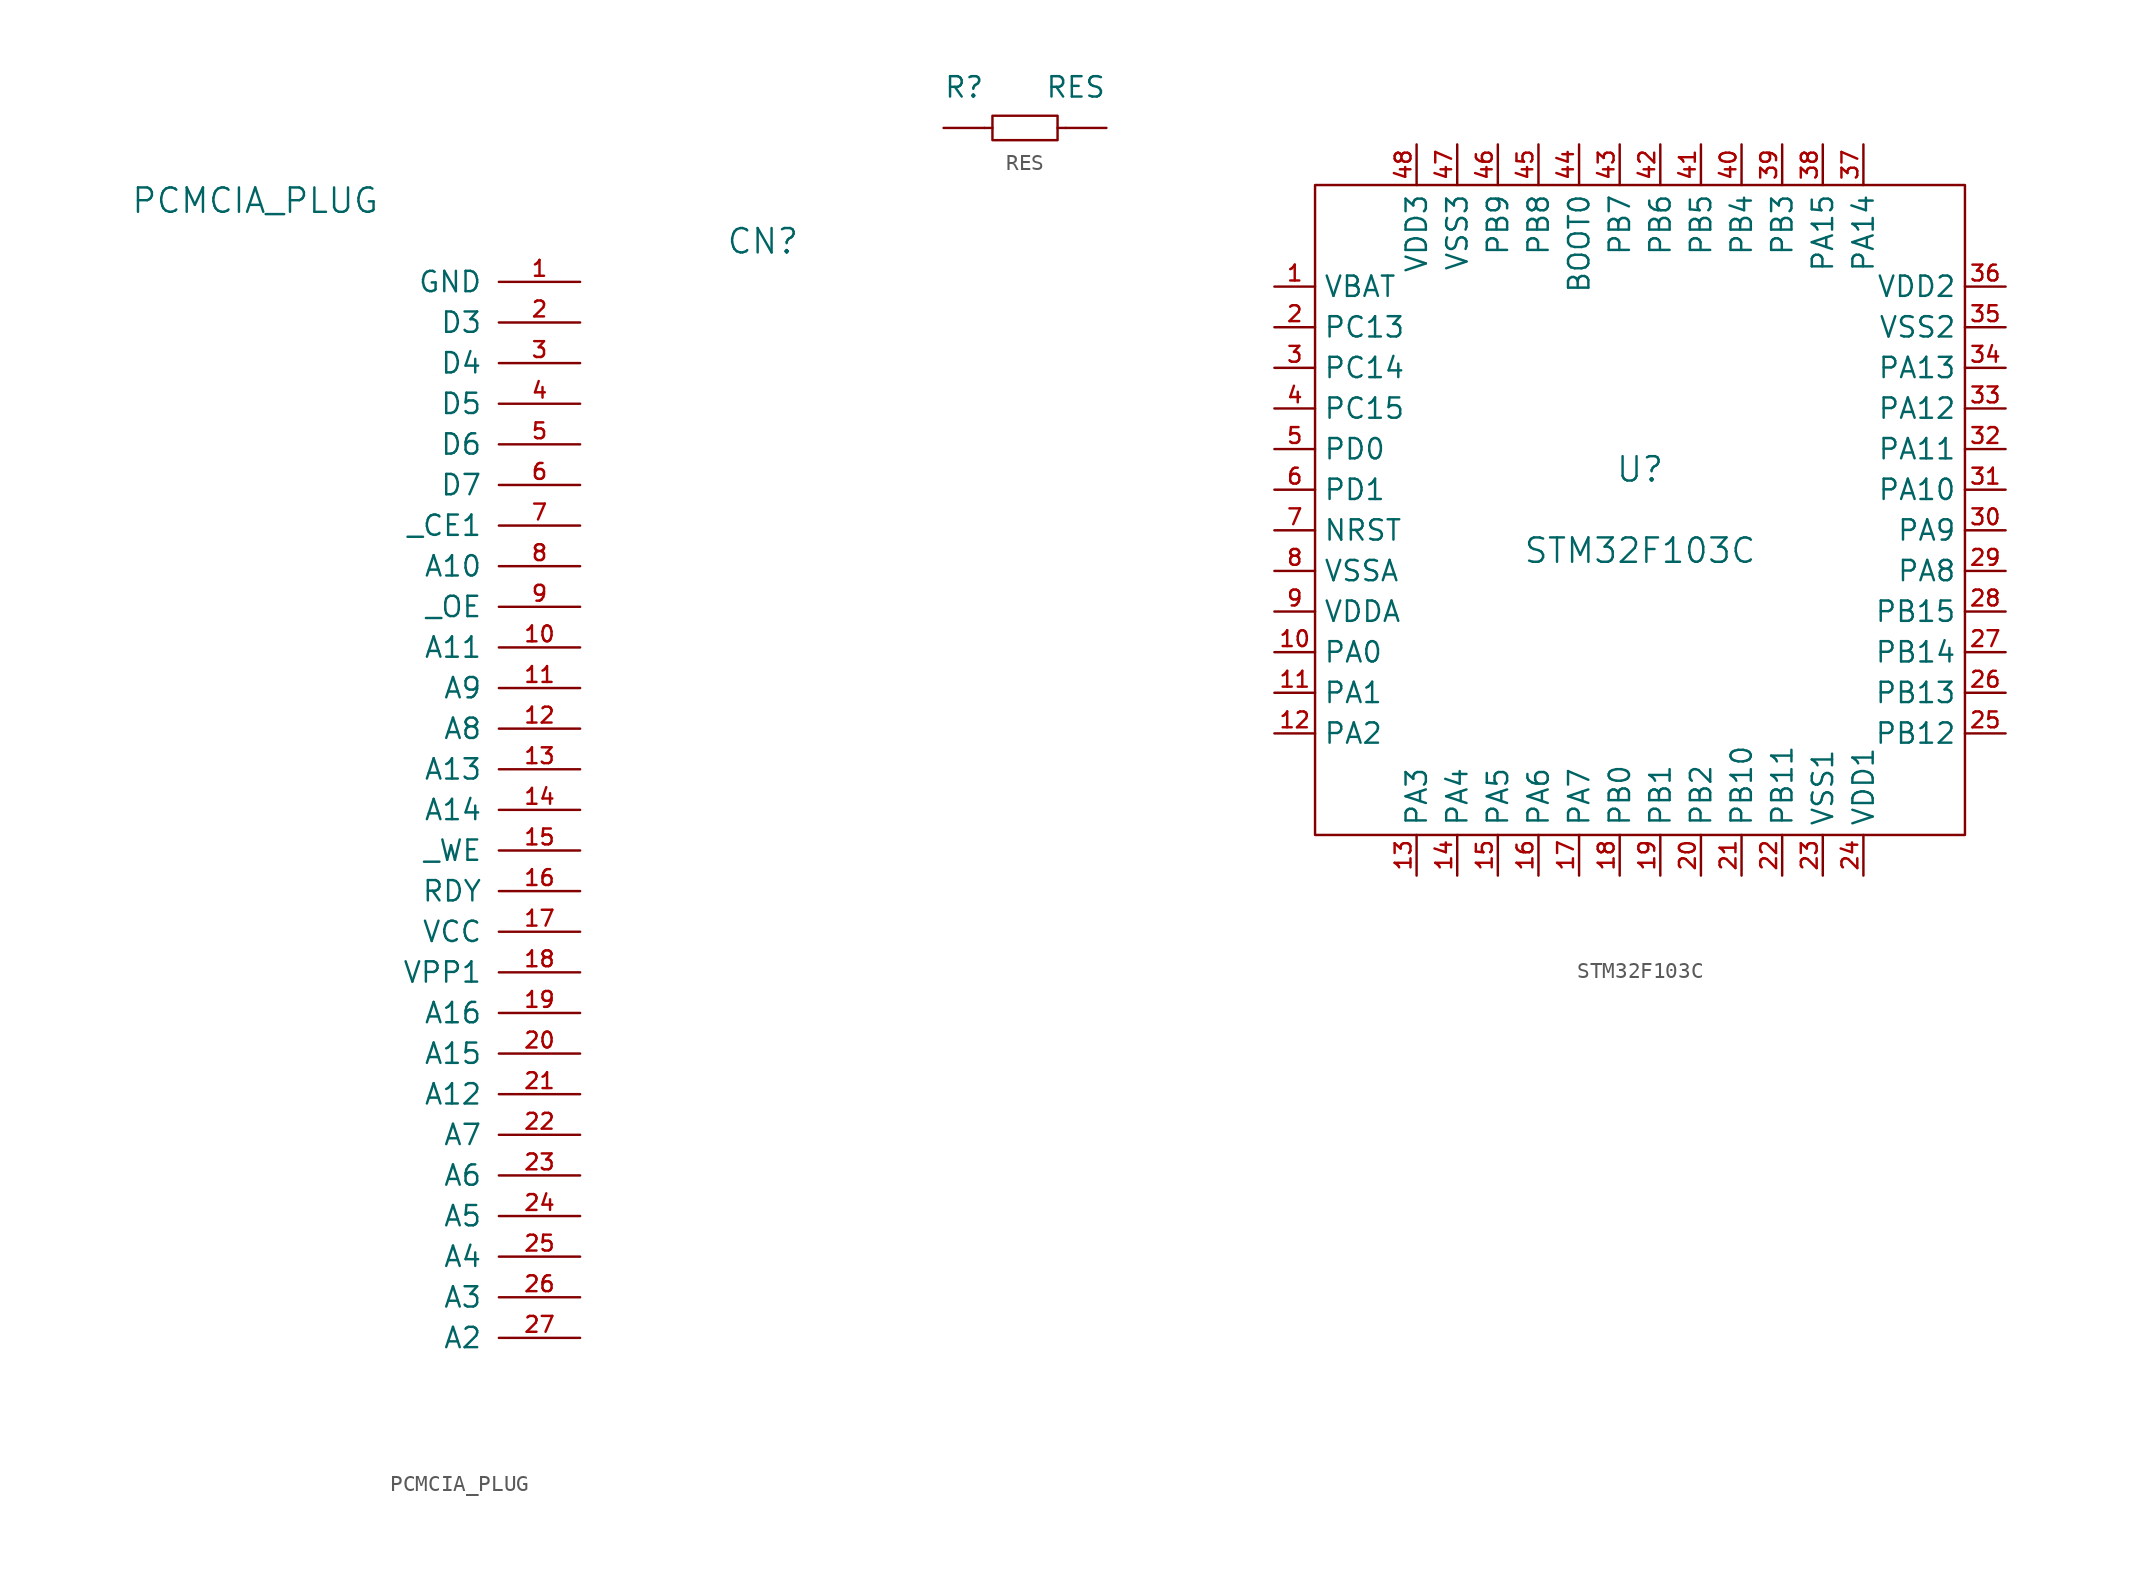
<source format=kicad_sym>
(kicad_symbol_lib
  (version 20211014)
  (generator kicad_symbol_editor)
  (symbol "PCMCIA_PLUG"
    (pin_names
      (offset 1.016))
    (property "Reference" "CN"
      (at 16.51 2.54 0)
      (effects (font (size 1.524 1.524))))
    (property "Value" "PCMCIA_PLUG"
      (at -15.24 5.08 0)
      (effects (font (size 1.524 1.524))))
    (property "Footprint" ""
      (at 0 0 0)
      (effects (font (size 1.524 1.524))))
    (property "Datasheet" ""
      (at 0 0 0)
      (effects (font (size 1.524 1.524))))
    (symbol "PCMCIA_PLUG_1_1"
      (pin passive line (at 5.08 0 180) (length 5.08) (name "GND" (effects (font (size 1.27 1.27)))) (number "1" (effects (font (size 0.991 0.991)))))
      (pin passive line (at 5.08 -22.86 180) (length 5.08) (name "A11" (effects (font (size 1.27 1.27)))) (number "10" (effects (font (size 0.991 0.991)))))
      (pin passive line (at 5.08 -25.4 180) (length 5.08) (name "A9" (effects (font (size 1.27 1.27)))) (number "11" (effects (font (size 0.991 0.991)))))
      (pin passive line (at 5.08 -27.94 180) (length 5.08) (name "A8" (effects (font (size 1.27 1.27)))) (number "12" (effects (font (size 0.991 0.991)))))
      (pin passive line (at 5.08 -30.48 180) (length 5.08) (name "A13" (effects (font (size 1.27 1.27)))) (number "13" (effects (font (size 0.991 0.991)))))
      (pin passive line (at 5.08 -33.02 180) (length 5.08) (name "A14" (effects (font (size 1.27 1.27)))) (number "14" (effects (font (size 0.991 0.991)))))
      (pin passive line (at 5.08 -35.56 180) (length 5.08) (name "_WE" (effects (font (size 1.27 1.27)))) (number "15" (effects (font (size 0.991 0.991)))))
      (pin passive line (at 5.08 -38.1 180) (length 5.08) (name "RDY" (effects (font (size 1.27 1.27)))) (number "16" (effects (font (size 0.991 0.991)))))
      (pin passive line (at 5.08 -40.64 180) (length 5.08) (name "VCC" (effects (font (size 1.27 1.27)))) (number "17" (effects (font (size 0.991 0.991)))))
      (pin passive line (at 5.08 -43.18 180) (length 5.08) (name "VPP1" (effects (font (size 1.27 1.27)))) (number "18" (effects (font (size 0.991 0.991)))))
      (pin passive line (at 5.08 -45.72 180) (length 5.08) (name "A16" (effects (font (size 1.27 1.27)))) (number "19" (effects (font (size 0.991 0.991)))))
      (pin passive line (at 5.08 -2.54 180) (length 5.08) (name "D3" (effects (font (size 1.27 1.27)))) (number "2" (effects (font (size 0.991 0.991)))))
      (pin passive line (at 5.08 -48.26 180) (length 5.08) (name "A15" (effects (font (size 1.27 1.27)))) (number "20" (effects (font (size 0.991 0.991)))))
      (pin passive line (at 5.08 -50.8 180) (length 5.08) (name "A12" (effects (font (size 1.27 1.27)))) (number "21" (effects (font (size 0.991 0.991)))))
      (pin passive line (at 5.08 -53.34 180) (length 5.08) (name "A7" (effects (font (size 1.27 1.27)))) (number "22" (effects (font (size 0.991 0.991)))))
      (pin passive line (at 5.08 -55.88 180) (length 5.08) (name "A6" (effects (font (size 1.27 1.27)))) (number "23" (effects (font (size 0.991 0.991)))))
      (pin passive line (at 5.08 -58.42 180) (length 5.08) (name "A5" (effects (font (size 1.27 1.27)))) (number "24" (effects (font (size 0.991 0.991)))))
      (pin passive line (at 5.08 -60.96 180) (length 5.08) (name "A4" (effects (font (size 1.27 1.27)))) (number "25" (effects (font (size 0.991 0.991)))))
      (pin passive line (at 5.08 -63.5 180) (length 5.08) (name "A3" (effects (font (size 1.27 1.27)))) (number "26" (effects (font (size 0.991 0.991)))))
      (pin passive line (at 5.08 -66.04 180) (length 5.08) (name "A2" (effects (font (size 1.27 1.27)))) (number "27" (effects (font (size 0.991 0.991)))))
      (pin passive line (at 5.08 -5.08 180) (length 5.08) (name "D4" (effects (font (size 1.27 1.27)))) (number "3" (effects (font (size 0.991 0.991)))))
      (pin passive line (at 5.08 -7.62 180) (length 5.08) (name "D5" (effects (font (size 1.27 1.27)))) (number "4" (effects (font (size 0.991 0.991)))))
      (pin passive line (at 5.08 -10.16 180) (length 5.08) (name "D6" (effects (font (size 1.27 1.27)))) (number "5" (effects (font (size 0.991 0.991)))))
      (pin passive line (at 5.08 -12.7 180) (length 5.08) (name "D7" (effects (font (size 1.27 1.27)))) (number "6" (effects (font (size 0.991 0.991)))))
      (pin passive line (at 5.08 -15.24 180) (length 5.08) (name "_CE1" (effects (font (size 1.27 1.27)))) (number "7" (effects (font (size 0.991 0.991)))))
      (pin passive line (at 5.08 -17.78 180) (length 5.08) (name "A10" (effects (font (size 1.27 1.27)))) (number "8" (effects (font (size 0.991 0.991)))))
      (pin passive line (at 5.08 -20.32 180) (length 5.08) (name "_OE" (effects (font (size 1.27 1.27)))) (number "9" (effects (font (size 0.991 0.991)))))))
  (symbol "RES"
    (pin_numbers hide)
    (pin_names
      (offset 1.016) hide)
    (property "Reference" "R"
      (at -5.08 2.54 0)
      (effects (font (size 1.27 1.27)) (justify left)))
    (property "Value" "RES"
      (at 5.08 2.54 0)
      (effects (font (size 1.27 1.27)) (justify right)))
    (property "Footprint" ""
      (at 0 0 0)
      (effects (font (size 1.524 1.524))))
    (property "Datasheet" ""
      (at 0 0 0)
      (effects (font (size 1.524 1.524))))
    (symbol "RES_0_1"
      (rectangle (start -2.032 0.762) (end 2.032 -0.762) (stroke (width 0) (type default) (color 0 0 0 0)) (fill (type none)))
      (polyline (pts (xy -2.54 0) (xy -2.032 0)) (stroke (width 0) (type default) (color 0 0 0 0)) (fill (type none)))
      (polyline (pts (xy 2.032 0) (xy 2.54 0)) (stroke (width 0) (type default) (color 0 0 0 0)) (fill (type none))))
    (symbol "RES_1_1"
      (pin passive line (at -5.08 0 0) (length 2.54) (name "1" (effects (font (size 1.27 1.27)))) (number "1" (effects (font (size 1.27 1.27)))))
      (pin passive line (at 5.08 0 180) (length 2.54) (name "2" (effects (font (size 1.27 1.27)))) (number "2" (effects (font (size 1.27 1.27)))))))
  (symbol "STM32F103C"
    (property "Reference" "U"
      (at 0 2.54 0)
      (effects (font (size 1.524 1.524))))
    (property "Value" "STM32F103C"
      (at 0 -2.54 0)
      (effects (font (size 1.524 1.524))))
    (property "Footprint" ""
      (at -12.7 1.27 0)
      (effects (font (size 1.524 1.524))))
    (property "Datasheet" ""
      (at -12.7 1.27 0)
      (effects (font (size 1.524 1.524))))
    (symbol "STM32F103C_0_1"
      (rectangle (start -20.32 -20.32) (end 20.32 20.32) (stroke (width 0) (type default) (color 0 0 0 0)) (fill (type none))))
    (symbol "STM32F103C_1_1"
      (pin power_in line (at -22.86 13.97 0) (length 2.54) (name "VBAT" (effects (font (size 1.27 1.27)))) (number "1" (effects (font (size 0.991 0.991)))))
      (pin passive line (at -22.86 -8.89 0) (length 2.54) (name "PA0" (effects (font (size 1.27 1.27)))) (number "10" (effects (font (size 0.991 0.991)))))
      (pin passive line (at -22.86 -11.43 0) (length 2.54) (name "PA1" (effects (font (size 1.27 1.27)))) (number "11" (effects (font (size 0.991 0.991)))))
      (pin passive line (at -22.86 -13.97 0) (length 2.54) (name "PA2" (effects (font (size 1.27 1.27)))) (number "12" (effects (font (size 0.991 0.991)))))
      (pin passive line (at -13.97 -22.86 90) (length 2.54) (name "PA3" (effects (font (size 1.27 1.27)))) (number "13" (effects (font (size 0.991 0.991)))))
      (pin passive line (at -11.43 -22.86 90) (length 2.54) (name "PA4" (effects (font (size 1.27 1.27)))) (number "14" (effects (font (size 0.991 0.991)))))
      (pin passive line (at -8.89 -22.86 90) (length 2.54) (name "PA5" (effects (font (size 1.27 1.27)))) (number "15" (effects (font (size 0.991 0.991)))))
      (pin passive line (at -6.35 -22.86 90) (length 2.54) (name "PA6" (effects (font (size 1.27 1.27)))) (number "16" (effects (font (size 0.991 0.991)))))
      (pin passive line (at -3.81 -22.86 90) (length 2.54) (name "PA7" (effects (font (size 1.27 1.27)))) (number "17" (effects (font (size 0.991 0.991)))))
      (pin passive line (at -1.27 -22.86 90) (length 2.54) (name "PB0" (effects (font (size 1.27 1.27)))) (number "18" (effects (font (size 0.991 0.991)))))
      (pin passive line (at 1.27 -22.86 90) (length 2.54) (name "PB1" (effects (font (size 1.27 1.27)))) (number "19" (effects (font (size 0.991 0.991)))))
      (pin passive line (at -22.86 11.43 0) (length 2.54) (name "PC13" (effects (font (size 1.27 1.27)))) (number "2" (effects (font (size 0.991 0.991)))))
      (pin passive line (at 3.81 -22.86 90) (length 2.54) (name "PB2" (effects (font (size 1.27 1.27)))) (number "20" (effects (font (size 0.991 0.991)))))
      (pin passive line (at 6.35 -22.86 90) (length 2.54) (name "PB10" (effects (font (size 1.27 1.27)))) (number "21" (effects (font (size 0.991 0.991)))))
      (pin passive line (at 8.89 -22.86 90) (length 2.54) (name "PB11" (effects (font (size 1.27 1.27)))) (number "22" (effects (font (size 0.991 0.991)))))
      (pin power_in line (at 11.43 -22.86 90) (length 2.54) (name "VSS1" (effects (font (size 1.27 1.27)))) (number "23" (effects (font (size 0.991 0.991)))))
      (pin power_in line (at 13.97 -22.86 90) (length 2.54) (name "VDD1" (effects (font (size 1.27 1.27)))) (number "24" (effects (font (size 0.991 0.991)))))
      (pin passive line (at 22.86 -13.97 180) (length 2.54) (name "PB12" (effects (font (size 1.27 1.27)))) (number "25" (effects (font (size 0.991 0.991)))))
      (pin passive line (at 22.86 -11.43 180) (length 2.54) (name "PB13" (effects (font (size 1.27 1.27)))) (number "26" (effects (font (size 0.991 0.991)))))
      (pin passive line (at 22.86 -8.89 180) (length 2.54) (name "PB14" (effects (font (size 1.27 1.27)))) (number "27" (effects (font (size 0.991 0.991)))))
      (pin passive line (at 22.86 -6.35 180) (length 2.54) (name "PB15" (effects (font (size 1.27 1.27)))) (number "28" (effects (font (size 0.991 0.991)))))
      (pin passive line (at 22.86 -3.81 180) (length 2.54) (name "PA8" (effects (font (size 1.27 1.27)))) (number "29" (effects (font (size 0.991 0.991)))))
      (pin passive line (at -22.86 8.89 0) (length 2.54) (name "PC14" (effects (font (size 1.27 1.27)))) (number "3" (effects (font (size 0.991 0.991)))))
      (pin passive line (at 22.86 -1.27 180) (length 2.54) (name "PA9" (effects (font (size 1.27 1.27)))) (number "30" (effects (font (size 0.991 0.991)))))
      (pin passive line (at 22.86 1.27 180) (length 2.54) (name "PA10" (effects (font (size 1.27 1.27)))) (number "31" (effects (font (size 0.991 0.991)))))
      (pin passive line (at 22.86 3.81 180) (length 2.54) (name "PA11" (effects (font (size 1.27 1.27)))) (number "32" (effects (font (size 0.991 0.991)))))
      (pin passive line (at 22.86 6.35 180) (length 2.54) (name "PA12" (effects (font (size 1.27 1.27)))) (number "33" (effects (font (size 0.991 0.991)))))
      (pin passive line (at 22.86 8.89 180) (length 2.54) (name "PA13" (effects (font (size 1.27 1.27)))) (number "34" (effects (font (size 0.991 0.991)))))
      (pin power_in line (at 22.86 11.43 180) (length 2.54) (name "VSS2" (effects (font (size 1.27 1.27)))) (number "35" (effects (font (size 0.991 0.991)))))
      (pin power_in line (at 22.86 13.97 180) (length 2.54) (name "VDD2" (effects (font (size 1.27 1.27)))) (number "36" (effects (font (size 0.991 0.991)))))
      (pin passive line (at 13.97 22.86 270) (length 2.54) (name "PA14" (effects (font (size 1.27 1.27)))) (number "37" (effects (font (size 0.991 0.991)))))
      (pin passive line (at 11.43 22.86 270) (length 2.54) (name "PA15" (effects (font (size 1.27 1.27)))) (number "38" (effects (font (size 0.991 0.991)))))
      (pin power_in line (at 8.89 22.86 270) (length 2.54) (name "PB3" (effects (font (size 1.27 1.27)))) (number "39" (effects (font (size 0.991 0.991)))))
      (pin passive line (at -22.86 6.35 0) (length 2.54) (name "PC15" (effects (font (size 1.27 1.27)))) (number "4" (effects (font (size 0.991 0.991)))))
      (pin passive line (at 6.35 22.86 270) (length 2.54) (name "PB4" (effects (font (size 1.27 1.27)))) (number "40" (effects (font (size 0.991 0.991)))))
      (pin passive line (at 3.81 22.86 270) (length 2.54) (name "PB5" (effects (font (size 1.27 1.27)))) (number "41" (effects (font (size 0.991 0.991)))))
      (pin passive line (at 1.27 22.86 270) (length 2.54) (name "PB6" (effects (font (size 1.27 1.27)))) (number "42" (effects (font (size 0.991 0.991)))))
      (pin passive line (at -1.27 22.86 270) (length 2.54) (name "PB7" (effects (font (size 1.27 1.27)))) (number "43" (effects (font (size 0.991 0.991)))))
      (pin passive line (at -3.81 22.86 270) (length 2.54) (name "BOOT0" (effects (font (size 1.27 1.27)))) (number "44" (effects (font (size 0.991 0.991)))))
      (pin passive line (at -6.35 22.86 270) (length 2.54) (name "PB8" (effects (font (size 1.27 1.27)))) (number "45" (effects (font (size 0.991 0.991)))))
      (pin passive line (at -8.89 22.86 270) (length 2.54) (name "PB9" (effects (font (size 1.27 1.27)))) (number "46" (effects (font (size 0.991 0.991)))))
      (pin power_in line (at -11.43 22.86 270) (length 2.54) (name "VSS3" (effects (font (size 1.27 1.27)))) (number "47" (effects (font (size 0.991 0.991)))))
      (pin power_in line (at -13.97 22.86 270) (length 2.54) (name "VDD3" (effects (font (size 1.27 1.27)))) (number "48" (effects (font (size 0.991 0.991)))))
      (pin passive line (at -22.86 3.81 0) (length 2.54) (name "PD0" (effects (font (size 1.27 1.27)))) (number "5" (effects (font (size 0.991 0.991)))))
      (pin passive line (at -22.86 1.27 0) (length 2.54) (name "PD1" (effects (font (size 1.27 1.27)))) (number "6" (effects (font (size 0.991 0.991)))))
      (pin passive line (at -22.86 -1.27 0) (length 2.54) (name "NRST" (effects (font (size 1.27 1.27)))) (number "7" (effects (font (size 0.991 0.991)))))
      (pin power_in line (at -22.86 -3.81 0) (length 2.54) (name "VSSA" (effects (font (size 1.27 1.27)))) (number "8" (effects (font (size 0.991 0.991)))))
      (pin power_in line (at -22.86 -6.35 0) (length 2.54) (name "VDDA" (effects (font (size 1.27 1.27)))) (number "9" (effects (font (size 0.991 0.991))))))))
</source>
